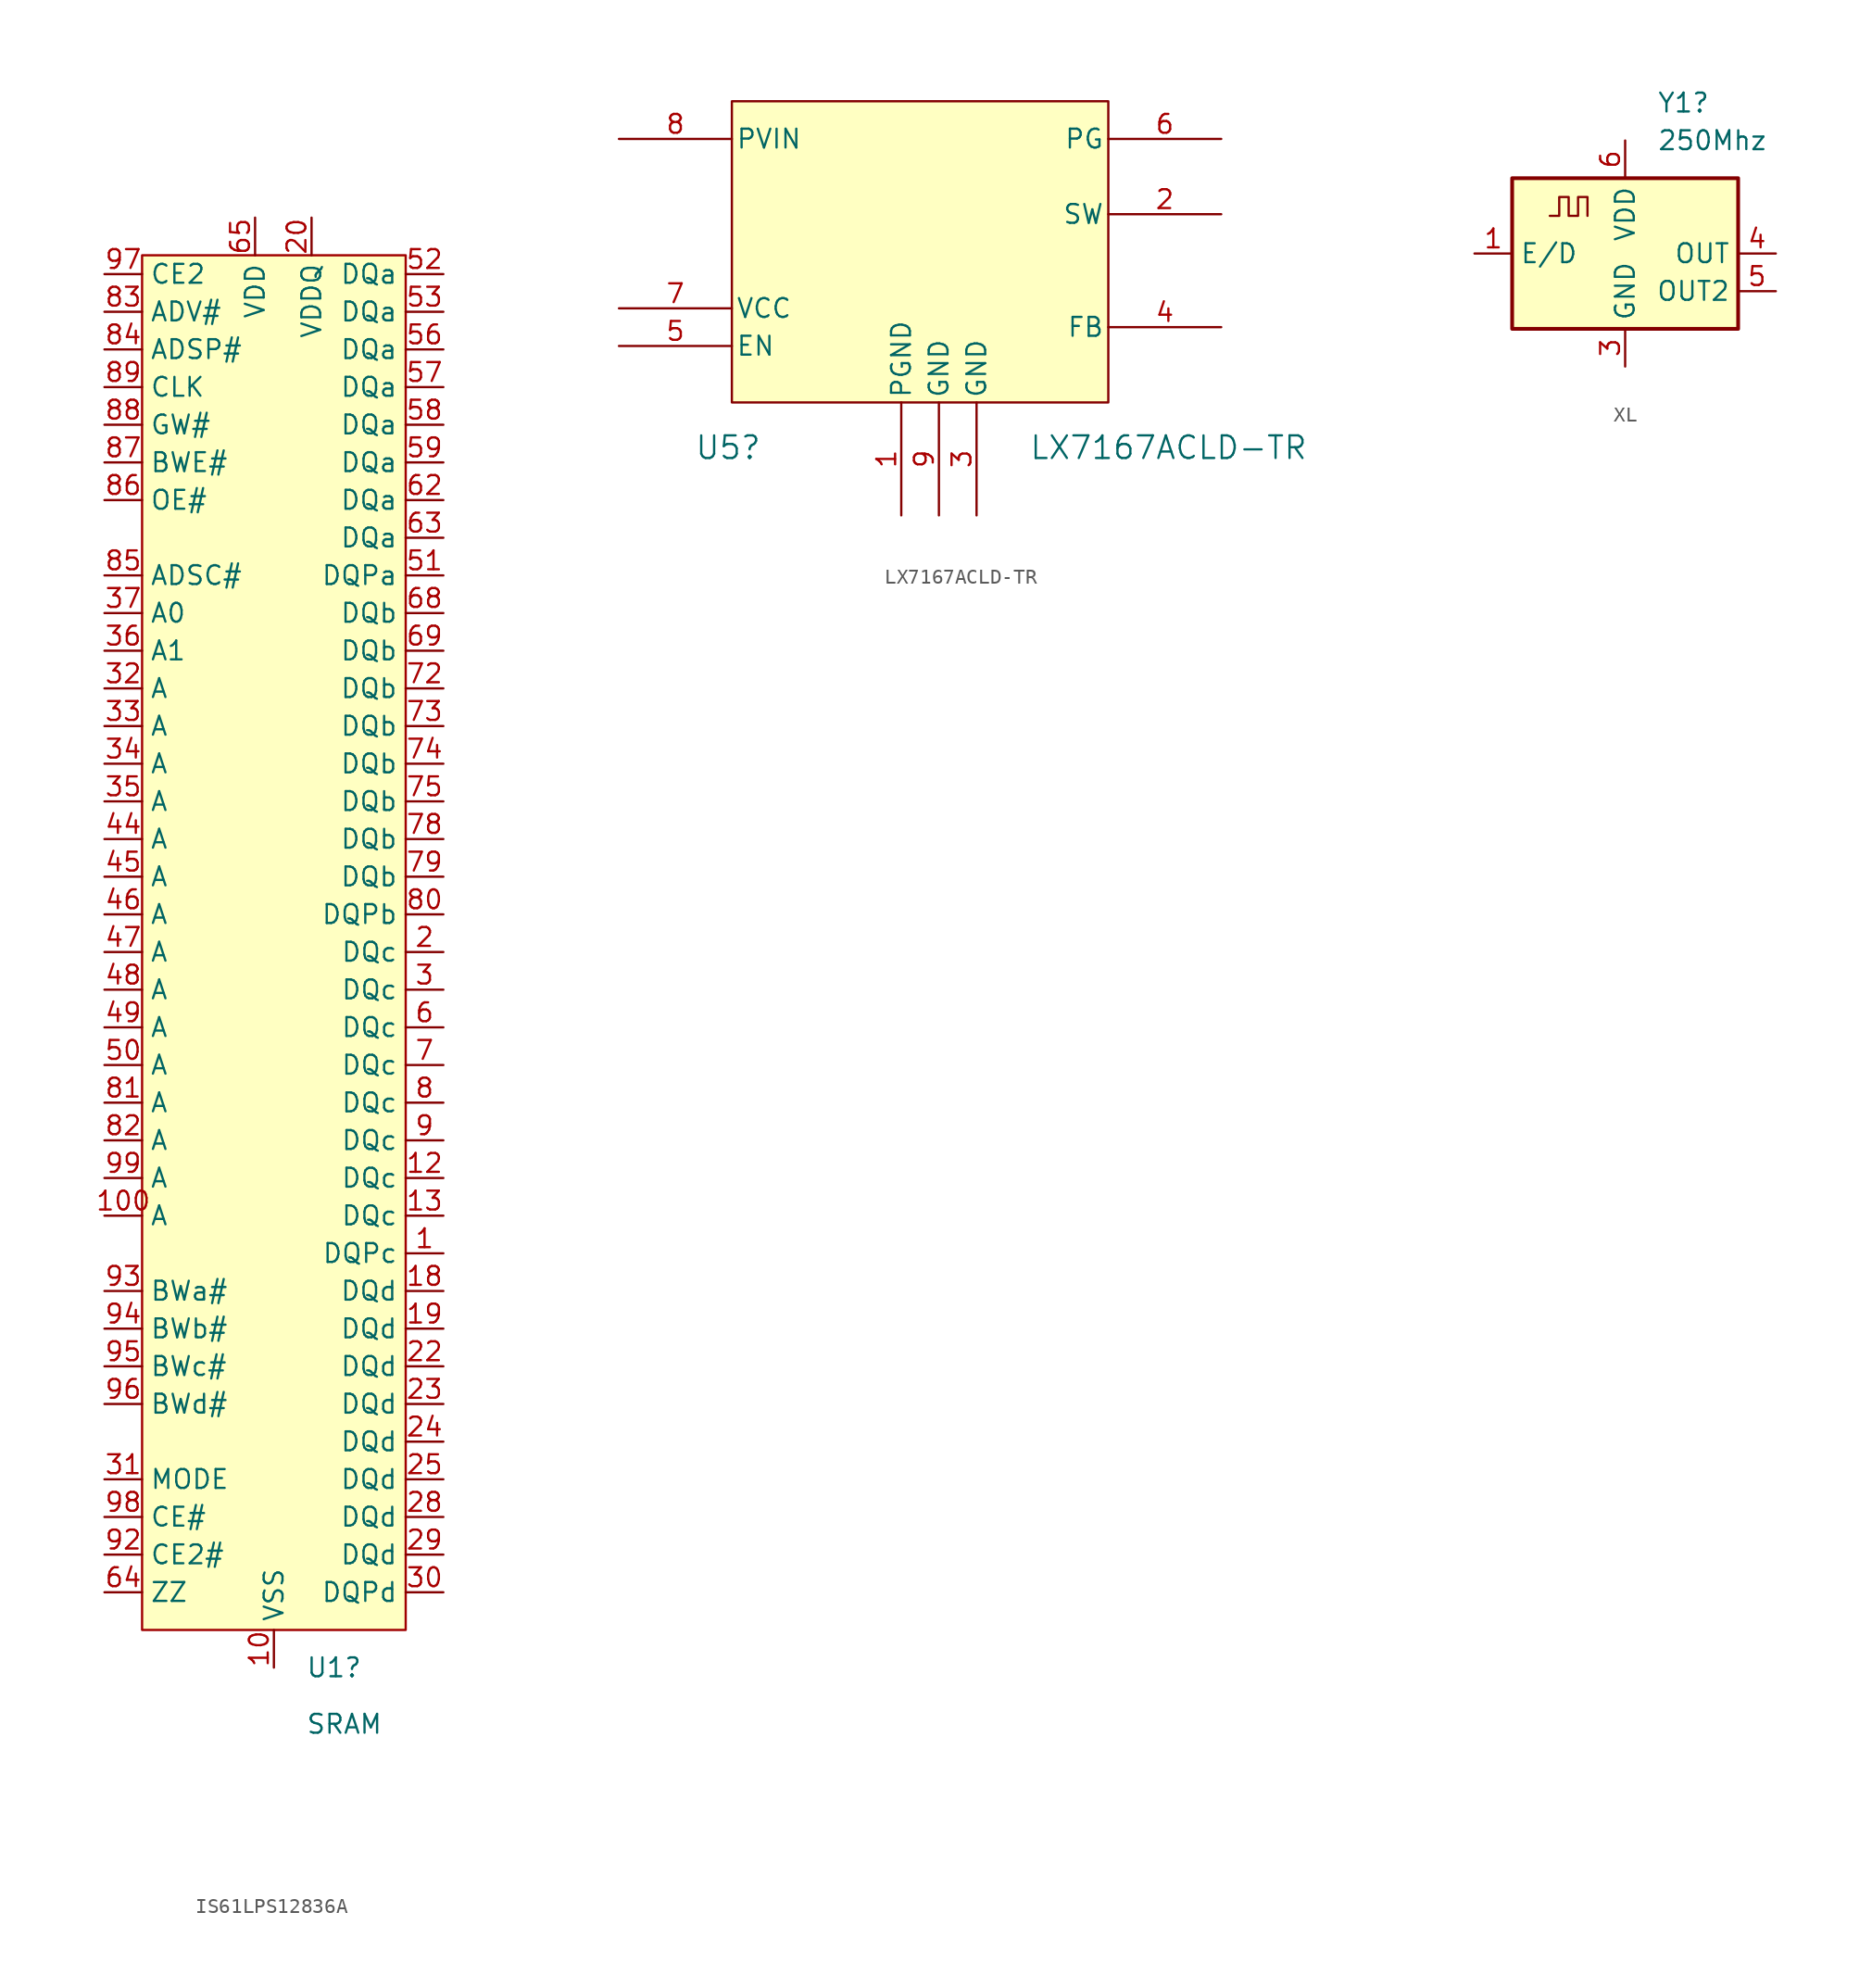
<source format=kicad_sym>
(kicad_symbol_lib
  (version 20241209)
  (generator "kicad_symbol_editor")
  (generator_version "9.0")
  (symbol "IS61LPS12836A"
    (property "Reference" "U1"
      (at 2.143 -48.26 0)
      (effects (font (size 1.27 1.27)) (justify left)))
    (property "Value" "SRAM"
      (at 2.143 -52.07 0)
      (effects (font (size 1.27 1.27)) (justify left)))
    (symbol "IS61LPS12836A_1_0"
      (rectangle (start -8.89 46.99) (end 8.89 -45.72) (stroke (width 0) (type solid) (color 160 0 0 1)) (fill (type color) (color 255 255 194 1)))
      (pin passive line (at -11.43 45.72 0) (length 2.54) (name "CE2" (effects (font (size 1.27 1.27)))) (number "97" (effects (font (size 1.27 1.27)))))
      (pin passive line (at -11.43 43.18 0) (length 2.54) (name "ADV#" (effects (font (size 1.27 1.27)))) (number "83" (effects (font (size 1.27 1.27)))))
      (pin passive line (at -11.43 40.64 0) (length 2.54) (name "ADSP#" (effects (font (size 1.27 1.27)))) (number "84" (effects (font (size 1.27 1.27)))))
      (pin passive line (at -11.43 38.1 0) (length 2.54) (name "CLK" (effects (font (size 1.27 1.27)))) (number "89" (effects (font (size 1.27 1.27)))))
      (pin passive line (at -11.43 35.56 0) (length 2.54) (name "GW#" (effects (font (size 1.27 1.27)))) (number "88" (effects (font (size 1.27 1.27)))))
      (pin passive line (at -11.43 33.02 0) (length 2.54) (name "BWE#" (effects (font (size 1.27 1.27)))) (number "87" (effects (font (size 1.27 1.27)))))
      (pin passive line (at -11.43 30.48 0) (length 2.54) (name "OE#" (effects (font (size 1.27 1.27)))) (number "86" (effects (font (size 1.27 1.27)))))
      (pin passive line (at -11.43 25.4 0) (length 2.54) (name "ADSC#" (effects (font (size 1.27 1.27)))) (number "85" (effects (font (size 1.27 1.27)))))
      (pin passive line (at -11.43 22.86 0) (length 2.54) (name "A0" (effects (font (size 1.27 1.27)))) (number "37" (effects (font (size 1.27 1.27)))))
      (pin passive line (at -11.43 20.32 0) (length 2.54) (name "A1" (effects (font (size 1.27 1.27)))) (number "36" (effects (font (size 1.27 1.27)))))
      (pin passive line (at -11.43 17.78 0) (length 2.54) (name "A" (effects (font (size 1.27 1.27)))) (number "32" (effects (font (size 1.27 1.27)))))
      (pin passive line (at -11.43 15.24 0) (length 2.54) (name "A" (effects (font (size 1.27 1.27)))) (number "33" (effects (font (size 1.27 1.27)))))
      (pin passive line (at -11.43 12.7 0) (length 2.54) (name "A" (effects (font (size 1.27 1.27)))) (number "34" (effects (font (size 1.27 1.27)))))
      (pin passive line (at -11.43 10.16 0) (length 2.54) (name "A" (effects (font (size 1.27 1.27)))) (number "35" (effects (font (size 1.27 1.27)))))
      (pin passive line (at -11.43 7.62 0) (length 2.54) (name "A" (effects (font (size 1.27 1.27)))) (number "44" (effects (font (size 1.27 1.27)))))
      (pin passive line (at -11.43 5.08 0) (length 2.54) (name "A" (effects (font (size 1.27 1.27)))) (number "45" (effects (font (size 1.27 1.27)))))
      (pin passive line (at -11.43 2.54 0) (length 2.54) (name "A" (effects (font (size 1.27 1.27)))) (number "46" (effects (font (size 1.27 1.27)))))
      (pin passive line (at -11.43 0 0) (length 2.54) (name "A" (effects (font (size 1.27 1.27)))) (number "47" (effects (font (size 1.27 1.27)))))
      (pin passive line (at -11.43 -2.54 0) (length 2.54) (name "A" (effects (font (size 1.27 1.27)))) (number "48" (effects (font (size 1.27 1.27)))))
      (pin passive line (at -11.43 -5.08 0) (length 2.54) (name "A" (effects (font (size 1.27 1.27)))) (number "49" (effects (font (size 1.27 1.27)))))
      (pin passive line (at -11.43 -7.62 0) (length 2.54) (name "A" (effects (font (size 1.27 1.27)))) (number "50" (effects (font (size 1.27 1.27)))))
      (pin passive line (at -11.43 -10.16 0) (length 2.54) (name "A" (effects (font (size 1.27 1.27)))) (number "81" (effects (font (size 1.27 1.27)))))
      (pin passive line (at -11.43 -12.7 0) (length 2.54) (name "A" (effects (font (size 1.27 1.27)))) (number "82" (effects (font (size 1.27 1.27)))))
      (pin passive line (at -11.43 -15.24 0) (length 2.54) (name "A" (effects (font (size 1.27 1.27)))) (number "99" (effects (font (size 1.27 1.27)))))
      (pin passive line (at -11.43 -17.78 0) (length 2.54) (name "A" (effects (font (size 1.27 1.27)))) (number "100" (effects (font (size 1.27 1.27)))))
      (pin passive line (at -11.43 -22.86 0) (length 2.54) (name "BWa#" (effects (font (size 1.27 1.27)))) (number "93" (effects (font (size 1.27 1.27)))))
      (pin passive line (at -11.43 -25.4 0) (length 2.54) (name "BWb#" (effects (font (size 1.27 1.27)))) (number "94" (effects (font (size 1.27 1.27)))))
      (pin passive line (at -11.43 -27.94 0) (length 2.54) (name "BWc#" (effects (font (size 1.27 1.27)))) (number "95" (effects (font (size 1.27 1.27)))))
      (pin passive line (at -11.43 -30.48 0) (length 2.54) (name "BWd#" (effects (font (size 1.27 1.27)))) (number "96" (effects (font (size 1.27 1.27)))))
      (pin passive line (at -11.43 -35.56 0) (length 2.54) (name "MODE" (effects (font (size 1.27 1.27)))) (number "31" (effects (font (size 1.27 1.27)))))
      (pin passive line (at -11.43 -38.1 0) (length 2.54) (name "CE#" (effects (font (size 1.27 1.27)))) (number "98" (effects (font (size 1.27 1.27)))))
      (pin passive line (at -11.43 -40.64 0) (length 2.54) (name "CE2#" (effects (font (size 1.27 1.27)))) (number "92" (effects (font (size 1.27 1.27)))))
      (pin passive line (at -11.43 -43.18 0) (length 2.54) (name "ZZ" (effects (font (size 1.27 1.27)))) (number "64" (effects (font (size 1.27 1.27)))))
      (pin passive line (at -1.27 49.53 270) (length 2.54) (hide yes) (name "VDD" (effects (font (size 1.27 1.27)))) (number "15" (effects (font (size 1.27 1.27)))))
      (pin passive line (at -1.27 49.53 270) (length 2.54) (hide yes) (name "VDD" (effects (font (size 1.27 1.27)))) (number "41" (effects (font (size 1.27 1.27)))))
      (pin passive line (at -1.27 49.53 270) (length 2.54) (name "VDD" (effects (font (size 1.27 1.27)))) (number "65" (effects (font (size 1.27 1.27)))))
      (pin passive line (at -1.27 49.53 270) (length 2.54) (hide yes) (name "VDD" (effects (font (size 1.27 1.27)))) (number "91" (effects (font (size 1.27 1.27)))))
      (pin passive line (at 0 -48.26 90) (length 2.54) (name "VSS" (effects (font (size 1.27 1.27)))) (number "10" (effects (font (size 1.27 1.27)))))
      (pin passive line (at 0 -48.26 90) (length 2.54) (hide yes) (name "VSS" (effects (font (size 1.27 1.27)))) (number "17" (effects (font (size 1.27 1.27)))))
      (pin passive line (at 0 -48.26 90) (length 2.54) (hide yes) (name "VSS" (effects (font (size 1.27 1.27)))) (number "21" (effects (font (size 1.27 1.27)))))
      (pin passive line (at 0 -48.26 90) (length 2.54) (hide yes) (name "VSS" (effects (font (size 1.27 1.27)))) (number "26" (effects (font (size 1.27 1.27)))))
      (pin passive line (at 0 -48.26 90) (length 2.54) (hide yes) (name "VSS" (effects (font (size 1.27 1.27)))) (number "40" (effects (font (size 1.27 1.27)))))
      (pin passive line (at 0 -48.26 90) (length 2.54) (hide yes) (name "VSS" (effects (font (size 1.27 1.27)))) (number "5" (effects (font (size 1.27 1.27)))))
      (pin passive line (at 0 -48.26 90) (length 2.54) (hide yes) (name "VSS" (effects (font (size 1.27 1.27)))) (number "55" (effects (font (size 1.27 1.27)))))
      (pin passive line (at 0 -48.26 90) (length 2.54) (hide yes) (name "VSS" (effects (font (size 1.27 1.27)))) (number "60" (effects (font (size 1.27 1.27)))))
      (pin passive line (at 0 -48.26 90) (length 2.54) (hide yes) (name "VSS" (effects (font (size 1.27 1.27)))) (number "67" (effects (font (size 1.27 1.27)))))
      (pin passive line (at 0 -48.26 90) (length 2.54) (hide yes) (name "VSS" (effects (font (size 1.27 1.27)))) (number "71" (effects (font (size 1.27 1.27)))))
      (pin passive line (at 0 -48.26 90) (length 2.54) (hide yes) (name "VSS" (effects (font (size 1.27 1.27)))) (number "76" (effects (font (size 1.27 1.27)))))
      (pin passive line (at 0 -48.26 90) (length 2.54) (hide yes) (name "VSS" (effects (font (size 1.27 1.27)))) (number "90" (effects (font (size 1.27 1.27)))))
      (pin passive line (at 2.54 49.53 270) (length 2.54) (hide yes) (name "VDDQ" (effects (font (size 1.27 1.27)))) (number "11" (effects (font (size 1.27 1.27)))))
      (pin passive line (at 2.54 49.53 270) (length 2.54) (name "VDDQ" (effects (font (size 1.27 1.27)))) (number "20" (effects (font (size 1.27 1.27)))))
      (pin passive line (at 2.54 49.53 270) (length 2.54) (hide yes) (name "VDDQ" (effects (font (size 1.27 1.27)))) (number "27" (effects (font (size 1.27 1.27)))))
      (pin passive line (at 2.54 49.53 270) (length 2.54) (hide yes) (name "VDDQ" (effects (font (size 1.27 1.27)))) (number "4" (effects (font (size 1.27 1.27)))))
      (pin passive line (at 2.54 49.53 270) (length 2.54) (hide yes) (name "VDDQ" (effects (font (size 1.27 1.27)))) (number "54" (effects (font (size 1.27 1.27)))))
      (pin passive line (at 2.54 49.53 270) (length 2.54) (hide yes) (name "VDDQ" (effects (font (size 1.27 1.27)))) (number "61" (effects (font (size 1.27 1.27)))))
      (pin passive line (at 2.54 49.53 270) (length 2.54) (hide yes) (name "VDDQ" (effects (font (size 1.27 1.27)))) (number "70" (effects (font (size 1.27 1.27)))))
      (pin passive line (at 2.54 49.53 270) (length 2.54) (hide yes) (name "VDDQ" (effects (font (size 1.27 1.27)))) (number "77" (effects (font (size 1.27 1.27)))))
      (pin passive line (at 11.43 45.72 180) (length 2.54) (name "DQa" (effects (font (size 1.27 1.27)))) (number "52" (effects (font (size 1.27 1.27)))))
      (pin passive line (at 11.43 43.18 180) (length 2.54) (name "DQa" (effects (font (size 1.27 1.27)))) (number "53" (effects (font (size 1.27 1.27)))))
      (pin passive line (at 11.43 40.64 180) (length 2.54) (name "DQa" (effects (font (size 1.27 1.27)))) (number "56" (effects (font (size 1.27 1.27)))))
      (pin passive line (at 11.43 38.1 180) (length 2.54) (name "DQa" (effects (font (size 1.27 1.27)))) (number "57" (effects (font (size 1.27 1.27)))))
      (pin passive line (at 11.43 35.56 180) (length 2.54) (name "DQa" (effects (font (size 1.27 1.27)))) (number "58" (effects (font (size 1.27 1.27)))))
      (pin passive line (at 11.43 33.02 180) (length 2.54) (name "DQa" (effects (font (size 1.27 1.27)))) (number "59" (effects (font (size 1.27 1.27)))))
      (pin passive line (at 11.43 30.48 180) (length 2.54) (name "DQa" (effects (font (size 1.27 1.27)))) (number "62" (effects (font (size 1.27 1.27)))))
      (pin passive line (at 11.43 27.94 180) (length 2.54) (name "DQa" (effects (font (size 1.27 1.27)))) (number "63" (effects (font (size 1.27 1.27)))))
      (pin passive line (at 11.43 25.4 180) (length 2.54) (name "DQPa" (effects (font (size 1.27 1.27)))) (number "51" (effects (font (size 1.27 1.27)))))
      (pin passive line (at 11.43 22.86 180) (length 2.54) (name "DQb" (effects (font (size 1.27 1.27)))) (number "68" (effects (font (size 1.27 1.27)))))
      (pin passive line (at 11.43 20.32 180) (length 2.54) (name "DQb" (effects (font (size 1.27 1.27)))) (number "69" (effects (font (size 1.27 1.27)))))
      (pin passive line (at 11.43 17.78 180) (length 2.54) (name "DQb" (effects (font (size 1.27 1.27)))) (number "72" (effects (font (size 1.27 1.27)))))
      (pin passive line (at 11.43 15.24 180) (length 2.54) (name "DQb" (effects (font (size 1.27 1.27)))) (number "73" (effects (font (size 1.27 1.27)))))
      (pin passive line (at 11.43 12.7 180) (length 2.54) (name "DQb" (effects (font (size 1.27 1.27)))) (number "74" (effects (font (size 1.27 1.27)))))
      (pin passive line (at 11.43 10.16 180) (length 2.54) (name "DQb" (effects (font (size 1.27 1.27)))) (number "75" (effects (font (size 1.27 1.27)))))
      (pin passive line (at 11.43 7.62 180) (length 2.54) (name "DQb" (effects (font (size 1.27 1.27)))) (number "78" (effects (font (size 1.27 1.27)))))
      (pin passive line (at 11.43 5.08 180) (length 2.54) (name "DQb" (effects (font (size 1.27 1.27)))) (number "79" (effects (font (size 1.27 1.27)))))
      (pin passive line (at 11.43 2.54 180) (length 2.54) (name "DQPb" (effects (font (size 1.27 1.27)))) (number "80" (effects (font (size 1.27 1.27)))))
      (pin passive line (at 11.43 0 180) (length 2.54) (name "DQc" (effects (font (size 1.27 1.27)))) (number "2" (effects (font (size 1.27 1.27)))))
      (pin passive line (at 11.43 -2.54 180) (length 2.54) (name "DQc" (effects (font (size 1.27 1.27)))) (number "3" (effects (font (size 1.27 1.27)))))
      (pin passive line (at 11.43 -5.08 180) (length 2.54) (name "DQc" (effects (font (size 1.27 1.27)))) (number "6" (effects (font (size 1.27 1.27)))))
      (pin passive line (at 11.43 -7.62 180) (length 2.54) (name "DQc" (effects (font (size 1.27 1.27)))) (number "7" (effects (font (size 1.27 1.27)))))
      (pin passive line (at 11.43 -10.16 180) (length 2.54) (name "DQc" (effects (font (size 1.27 1.27)))) (number "8" (effects (font (size 1.27 1.27)))))
      (pin passive line (at 11.43 -12.7 180) (length 2.54) (name "DQc" (effects (font (size 1.27 1.27)))) (number "9" (effects (font (size 1.27 1.27)))))
      (pin passive line (at 11.43 -15.24 180) (length 2.54) (name "DQc" (effects (font (size 1.27 1.27)))) (number "12" (effects (font (size 1.27 1.27)))))
      (pin passive line (at 11.43 -17.78 180) (length 2.54) (name "DQc" (effects (font (size 1.27 1.27)))) (number "13" (effects (font (size 1.27 1.27)))))
      (pin passive line (at 11.43 -20.32 180) (length 2.54) (name "DQPc" (effects (font (size 1.27 1.27)))) (number "1" (effects (font (size 1.27 1.27)))))
      (pin passive line (at 11.43 -22.86 180) (length 2.54) (name "DQd" (effects (font (size 1.27 1.27)))) (number "18" (effects (font (size 1.27 1.27)))))
      (pin passive line (at 11.43 -25.4 180) (length 2.54) (name "DQd" (effects (font (size 1.27 1.27)))) (number "19" (effects (font (size 1.27 1.27)))))
      (pin passive line (at 11.43 -27.94 180) (length 2.54) (name "DQd" (effects (font (size 1.27 1.27)))) (number "22" (effects (font (size 1.27 1.27)))))
      (pin passive line (at 11.43 -30.48 180) (length 2.54) (name "DQd" (effects (font (size 1.27 1.27)))) (number "23" (effects (font (size 1.27 1.27)))))
      (pin passive line (at 11.43 -33.02 180) (length 2.54) (name "DQd" (effects (font (size 1.27 1.27)))) (number "24" (effects (font (size 1.27 1.27)))))
      (pin passive line (at 11.43 -35.56 180) (length 2.54) (name "DQd" (effects (font (size 1.27 1.27)))) (number "25" (effects (font (size 1.27 1.27)))))
      (pin passive line (at 11.43 -38.1 180) (length 2.54) (name "DQd" (effects (font (size 1.27 1.27)))) (number "28" (effects (font (size 1.27 1.27)))))
      (pin passive line (at 11.43 -40.64 180) (length 2.54) (name "DQd" (effects (font (size 1.27 1.27)))) (number "29" (effects (font (size 1.27 1.27)))))
      (pin passive line (at 11.43 -43.18 180) (length 2.54) (name "DQPd" (effects (font (size 1.27 1.27)))) (number "30" (effects (font (size 1.27 1.27)))))))
  (symbol "LX7167ACLD-TR"
    (pin_names
      (offset 0.254))
    (property "Reference" "U5"
      (at 7.366 -18.288 0)
      (effects (font (size 1.524 1.524))))
    (property "Value" "LX7167ACLD-TR"
      (at 37.084 -18.288 0)
      (effects (font (size 1.524 1.524))))
    (symbol "LX7167ACLD-TR_0_1"
      (pin power_in line (at 0 2.54 0) (length 7.62) (name "PVIN" (effects (font (size 1.27 1.27)))) (number "8" (effects (font (size 1.27 1.27)))))
      (pin power_in line (at 0 -8.89 0) (length 7.62) (name "VCC" (effects (font (size 1.27 1.27)))) (number "7" (effects (font (size 1.27 1.27)))))
      (pin input line (at 0 -11.43 0) (length 7.62) (name "EN" (effects (font (size 1.27 1.27)))) (number "5" (effects (font (size 1.27 1.27)))))
      (pin power_in line (at 19.05 -22.86 90) (length 7.62) (name "PGND" (effects (font (size 1.27 1.27)))) (number "1" (effects (font (size 1.27 1.27)))))
      (pin power_in line (at 21.59 -22.86 90) (length 7.62) (name "GND" (effects (font (size 1.27 1.27)))) (number "9" (effects (font (size 1.27 1.27)))))
      (pin power_in line (at 24.13 -22.86 90) (length 7.62) (name "GND" (effects (font (size 1.27 1.27)))) (number "3" (effects (font (size 1.27 1.27)))))
      (pin output line (at 40.64 2.54 180) (length 7.62) (name "PG" (effects (font (size 1.27 1.27)))) (number "6" (effects (font (size 1.27 1.27)))))
      (pin input line (at 40.64 -2.54 180) (length 7.62) (name "SW" (effects (font (size 1.27 1.27)))) (number "2" (effects (font (size 1.27 1.27)))))
      (pin input line (at 40.64 -10.16 180) (length 7.62) (name "FB" (effects (font (size 1.27 1.27)))) (number "4" (effects (font (size 1.27 1.27))))))
    (symbol "LX7167ACLD-TR_1_1"
      (rectangle (start 7.62 5.08) (end 33.02 -15.24) (stroke (width 0) (type solid)) (fill (type color) (color 255 255 194 1)))))
  (symbol "XL"
    (property "Reference" "Y1"
      (at 2.143 10.16 0)
      (effects (font (size 1.27 1.27)) (justify left)))
    (property "Value" "250Mhz"
      (at 2.143 7.62 0)
      (effects (font (size 1.27 1.27)) (justify left)))
    (symbol "XL_0_1"
      (rectangle (start -7.62 5.08) (end 7.62 -5.08) (stroke (width 0.254) (type default)) (fill (type background))))
    (symbol "XL_1_1"
      (polyline (pts (xy -5.08 2.54) (xy -4.445 2.54) (xy -4.445 3.81) (xy -3.81 3.81) (xy -3.81 2.54) (xy -3.175 2.54) (xy -3.175 3.81) (xy -2.54 3.81) (xy -2.54 2.54)) (stroke (width 0) (type default)) (fill (type none)))
      (pin input line (at -10.16 0 0) (length 2.54) (name "E/D" (effects (font (size 1.27 1.27)))) (number "1" (effects (font (size 1.27 1.27)))))
      (pin no_connect line (at -7.62 -2.54 0) (length 2.54) (hide yes) (name "NC" (effects (font (size 1.27 1.27)))) (number "2" (effects (font (size 1.27 1.27)))))
      (pin power_in line (at 0 7.62 270) (length 2.54) (name "VDD" (effects (font (size 1.27 1.27)))) (number "6" (effects (font (size 1.27 1.27)))))
      (pin power_in line (at 0 -7.62 90) (length 2.54) (name "GND" (effects (font (size 1.27 1.27)))) (number "3" (effects (font (size 1.27 1.27)))))
      (pin output line (at 10.16 0 180) (length 2.54) (name "OUT" (effects (font (size 1.27 1.27)))) (number "4" (effects (font (size 1.27 1.27)))))
      (pin output line (at 10.16 -2.54 180) (length 2.54) (name "OUT2" (effects (font (size 1.27 1.27)))) (number "5" (effects (font (size 1.27 1.27))))))))
</source>
